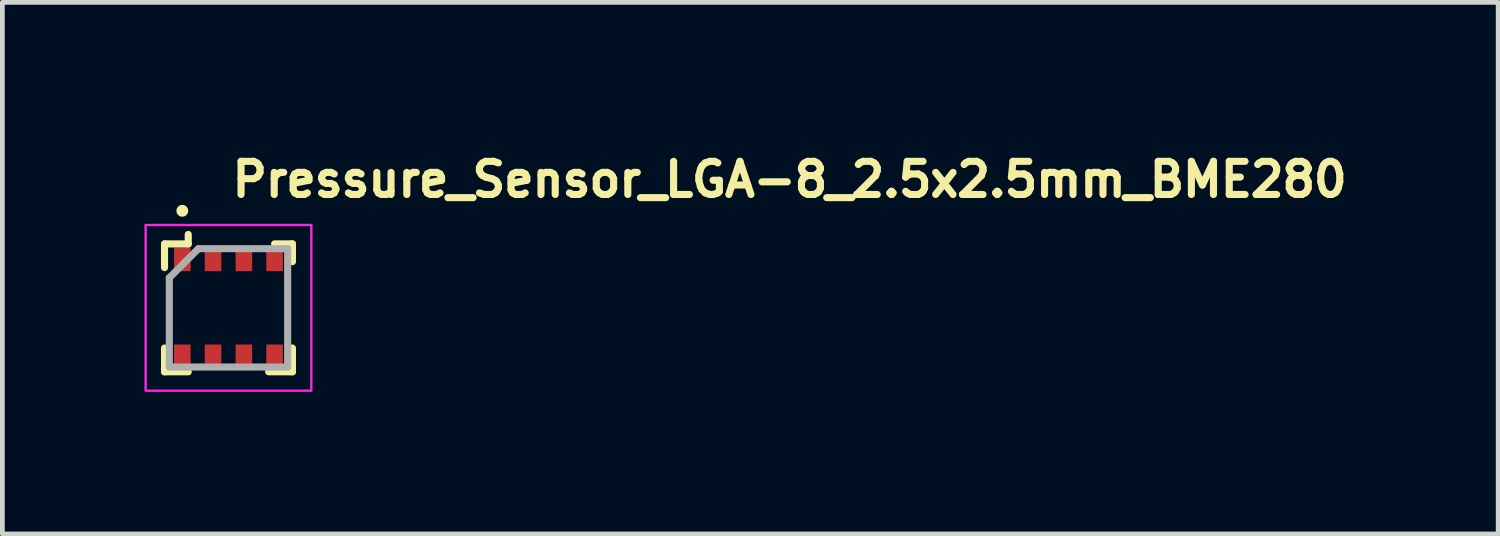
<source format=kicad_pcb>
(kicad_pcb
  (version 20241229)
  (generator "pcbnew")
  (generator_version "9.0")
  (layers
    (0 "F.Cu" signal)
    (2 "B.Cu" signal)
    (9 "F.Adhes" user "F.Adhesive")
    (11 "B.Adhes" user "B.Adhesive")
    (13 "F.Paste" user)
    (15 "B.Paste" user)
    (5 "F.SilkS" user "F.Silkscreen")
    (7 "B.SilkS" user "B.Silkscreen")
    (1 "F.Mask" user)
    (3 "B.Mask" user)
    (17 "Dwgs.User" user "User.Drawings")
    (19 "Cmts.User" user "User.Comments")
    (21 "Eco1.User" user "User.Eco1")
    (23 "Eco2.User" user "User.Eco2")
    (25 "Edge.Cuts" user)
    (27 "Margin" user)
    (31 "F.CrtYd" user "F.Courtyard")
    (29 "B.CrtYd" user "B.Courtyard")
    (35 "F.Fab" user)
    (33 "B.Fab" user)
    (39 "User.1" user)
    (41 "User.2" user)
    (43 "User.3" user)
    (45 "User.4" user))
  (footprint "Pressure_Sensor_LGA-8_2.5x2.5mm_BME280"
    (layer "F.Cu")
    (at 1.775 3.451)
    (property "Reference" "Pressure_Sensor_LGA-8_2.5x2.5mm_BME280" (at 0 -2.301 0) (layer "F.SilkS") (effects (font (size 0.7 0.7) (thickness 0.15)) (justify left bottom)))
    (attr smd)
    (fp_line (start -1.351 -1.351) (end -1.351 -0.85) (stroke (width 0.15) (type solid)) (layer "F.SilkS"))
    (fp_line (start -1.351 -1.351) (end -0.85 -1.351) (stroke (width 0.15) (type solid)) (layer "F.SilkS"))
    (fp_line (start -1.351 1.35) (end -1.351 0.848) (stroke (width 0.15) (type solid)) (layer "F.SilkS"))
    (fp_line (start -1.351 1.35) (end -0.85 1.35) (stroke (width 0.15) (type solid)) (layer "F.SilkS"))
    (fp_line (start -0.85 -1.351) (end -0.85 -1.551) (stroke (width 0.15) (type solid)) (layer "F.SilkS"))
    (fp_line (start 1.35 -1.351) (end 0.973 -1.351) (stroke (width 0.15) (type solid)) (layer "F.SilkS"))
    (fp_line (start 1.35 -1.351) (end 1.35 -0.975) (stroke (width 0.15) (type solid)) (layer "F.SilkS"))
    (fp_line (start 1.35 1.35) (end 0.848 1.35) (stroke (width 0.15) (type solid)) (layer "F.SilkS"))
    (fp_line (start 1.35 1.35) (end 1.35 0.848) (stroke (width 0.15) (type solid)) (layer "F.SilkS"))
    (fp_circle (center -0.975 -2.05) (end -0.925 -2.05) (stroke (width 0.15) (type solid)) (fill yes) (layer "F.SilkS"))
    (fp_rect (start -1.75 -1.75) (end 1.749 1.749) (stroke (width 0.05) (type solid)) (fill no) (layer "F.CrtYd"))
    (fp_line (start -1.25 1.249) (end -1.25 -0.635) (stroke (width 0.15) (type solid)) (layer "F.Fab"))
    (fp_line (start -0.635 -1.25) (end -1.25 -0.635) (stroke (width 0.15) (type solid)) (layer "F.Fab"))
    (fp_line (start -0.635 -1.25) (end 1.249 -1.25) (stroke (width 0.15) (type solid)) (layer "F.Fab"))
    (fp_line (start 1.249 -1.25) (end 1.249 1.249) (stroke (width 0.15) (type solid)) (layer "F.Fab"))
    (fp_line (start 1.249 1.249) (end -1.25 1.249) (stroke (width 0.15) (type solid)) (layer "F.Fab"))
    (fp_rect (start -1.25 -1.25) (end 1.249 1.249) (stroke (width 0.1) (type solid)) (fill no) (layer "User.5"))
    (fp_line (start -1.25 -1.25) (end -1.25 1.249) (stroke (width 0.02) (type solid)) (layer "User.9"))
    (fp_line (start -1.25 1.249) (end 1.249 1.249) (stroke (width 0.02) (type solid)) (layer "User.9"))
    (fp_line (start -1.151 -1.043) (end -1.151 -1.037) (stroke (width 0.02) (type solid)) (layer "User.9"))
    (fp_line (start -1.151 -1.037) (end -1.151 -1.031) (stroke (width 0.02) (type solid)) (layer "User.9"))
    (fp_line (start -1.151 -1.031) (end -1.151 -0.802) (stroke (width 0.02) (type solid)) (layer "User.9"))
    (fp_line (start -1.151 -0.802) (end -1.151 0.8) (stroke (width 0.02) (type solid)) (layer "User.9"))
    (fp_line (start -1.151 0.8) (end -1.151 1.03) (stroke (width 0.02) (type solid)) (layer "User.9"))
    (fp_line (start -1.151 1.03) (end -1.151 1.034) (stroke (width 0.02) (type solid)) (layer "User.9"))
    (fp_line (start -1.151 1.034) (end -1.151 1.04) (stroke (width 0.02) (type solid)) (layer "User.9"))
    (fp_line (start -1.151 1.04) (end -1.149 1.046) (stroke (width 0.02) (type solid)) (layer "User.9"))
    (fp_line (start -1.149 -1.055) (end -1.149 -1.049) (stroke (width 0.02) (type solid)) (layer "User.9"))
    (fp_line (start -1.149 -1.049) (end -1.151 -1.043) (stroke (width 0.02) (type solid)) (layer "User.9"))
    (fp_line (start -1.149 1.046) (end -1.149 1.052) (stroke (width 0.02) (type solid)) (layer "User.9"))
    (fp_line (start -1.149 1.052) (end -1.147 1.058) (stroke (width 0.02) (type solid)) (layer "User.9"))
    (fp_line (start -1.147 -1.061) (end -1.149 -1.055) (stroke (width 0.02) (type solid)) (layer "User.9"))
    (fp_line (start -1.147 1.058) (end -1.145 1.064) (stroke (width 0.02) (type solid)) (layer "User.9"))
    (fp_line (start -1.145 -1.065) (end -1.147 -1.061) (stroke (width 0.02) (type solid)) (layer "User.9"))
    (fp_line (start -1.145 1.064) (end -1.143 1.07) (stroke (width 0.02) (type solid)) (layer "User.9"))
    (fp_line (start -1.143 -1.071) (end -1.145 -1.065) (stroke (width 0.02) (type solid)) (layer "User.9"))
    (fp_line (start -1.143 1.07) (end -1.141 1.074) (stroke (width 0.02) (type solid)) (layer "User.9"))
    (fp_line (start -1.141 -1.077) (end -1.143 -1.071) (stroke (width 0.02) (type solid)) (layer "User.9"))
    (fp_line (start -1.141 1.074) (end -1.139 1.08) (stroke (width 0.02) (type solid)) (layer "User.9"))
    (fp_line (start -1.139 -1.083) (end -1.141 -1.077) (stroke (width 0.02) (type solid)) (layer "User.9"))
    (fp_line (start -1.139 1.08) (end -1.137 1.086) (stroke (width 0.02) (type solid)) (layer "User.9"))
    (fp_line (start -1.137 -1.087) (end -1.139 -1.083) (stroke (width 0.02) (type solid)) (layer "User.9"))
    (fp_line (start -1.137 1.086) (end -1.133 1.09) (stroke (width 0.02) (type solid)) (layer "User.9"))
    (fp_line (start -1.133 -1.093) (end -1.137 -1.087) (stroke (width 0.02) (type solid)) (layer "User.9"))
    (fp_line (start -1.133 1.09) (end -1.131 1.096) (stroke (width 0.02) (type solid)) (layer "User.9"))
    (fp_line (start -1.131 -1.097) (end -1.133 -1.093) (stroke (width 0.02) (type solid)) (layer "User.9"))
    (fp_line (start -1.131 1.096) (end -1.127 1.1) (stroke (width 0.02) (type solid)) (layer "User.9"))
    (fp_line (start -1.127 -1.103) (end -1.131 -1.097) (stroke (width 0.02) (type solid)) (layer "User.9"))
    (fp_line (start -1.127 1.1) (end -1.123 1.106) (stroke (width 0.02) (type solid)) (layer "User.9"))
    (fp_line (start -1.123 -1.107) (end -1.127 -1.103) (stroke (width 0.02) (type solid)) (layer "User.9"))
    (fp_line (start -1.123 1.106) (end -1.119 1.11) (stroke (width 0.02) (type solid)) (layer "User.9"))
    (fp_line (start -1.119 -1.111) (end -1.123 -1.107) (stroke (width 0.02) (type solid)) (layer "User.9"))
    (fp_line (start -1.119 1.11) (end -1.115 1.114) (stroke (width 0.02) (type solid)) (layer "User.9"))
    (fp_line (start -1.115 -1.115) (end -1.119 -1.111) (stroke (width 0.02) (type solid)) (layer "User.9"))
    (fp_line (start -1.115 -1.115) (end -1.115 -1.115) (stroke (width 0.02) (type solid)) (layer "User.9"))
    (fp_line (start -1.115 1.114) (end -1.115 1.114) (stroke (width 0.02) (type solid)) (layer "User.9"))
    (fp_line (start -1.115 1.114) (end -1.111 1.118) (stroke (width 0.02) (type solid)) (layer "User.9"))
    (fp_line (start -1.111 -1.119) (end -1.115 -1.115) (stroke (width 0.02) (type solid)) (layer "User.9"))
    (fp_line (start -1.111 1.118) (end -1.107 1.122) (stroke (width 0.02) (type solid)) (layer "User.9"))
    (fp_line (start -1.107 -1.123) (end -1.111 -1.119) (stroke (width 0.02) (type solid)) (layer "User.9"))
    (fp_line (start -1.107 1.122) (end -1.103 1.126) (stroke (width 0.02) (type solid)) (layer "User.9"))
    (fp_line (start -1.103 -1.127) (end -1.107 -1.123) (stroke (width 0.02) (type solid)) (layer "User.9"))
    (fp_line (start -1.103 1.126) (end -1.097 1.128) (stroke (width 0.02) (type solid)) (layer "User.9"))
    (fp_line (start -1.101 -0.816) (end -1.099 -0.831) (stroke (width 0.02) (type solid)) (layer "User.9"))
    (fp_line (start -1.101 -0.802) (end -1.101 -0.816) (stroke (width 0.02) (type solid)) (layer "User.9"))
    (fp_line (start -1.101 0.8) (end -1.101 -0.802) (stroke (width 0.02) (type solid)) (layer "User.9"))
    (fp_line (start -1.101 0.814) (end -1.101 0.8) (stroke (width 0.02) (type solid)) (layer "User.9"))
    (fp_line (start -1.099 -0.831) (end -1.097 -0.845) (stroke (width 0.02) (type solid)) (layer "User.9"))
    (fp_line (start -1.099 0.829) (end -1.101 0.814) (stroke (width 0.02) (type solid)) (layer "User.9"))
    (fp_line (start -1.097 -1.131) (end -1.103 -1.127) (stroke (width 0.02) (type solid)) (layer "User.9"))
    (fp_line (start -1.097 -0.845) (end -1.095 -0.859) (stroke (width 0.02) (type solid)) (layer "User.9"))
    (fp_line (start -1.097 0.843) (end -1.099 0.829) (stroke (width 0.02) (type solid)) (layer "User.9"))
    (fp_line (start -1.097 1.128) (end -1.093 1.132) (stroke (width 0.02) (type solid)) (layer "User.9"))
    (fp_line (start -1.095 -0.859) (end -1.091 -0.874) (stroke (width 0.02) (type solid)) (layer "User.9"))
    (fp_line (start -1.095 0.857) (end -1.097 0.843) (stroke (width 0.02) (type solid)) (layer "User.9"))
    (fp_line (start -1.093 -1.133) (end -1.097 -1.131) (stroke (width 0.02) (type solid)) (layer "User.9"))
    (fp_line (start -1.093 1.132) (end -1.087 1.134) (stroke (width 0.02) (type solid)) (layer "User.9"))
    (fp_line (start -1.091 -0.874) (end -1.089 -0.888) (stroke (width 0.02) (type solid)) (layer "User.9"))
    (fp_line (start -1.091 0.872) (end -1.095 0.857) (stroke (width 0.02) (type solid)) (layer "User.9"))
    (fp_line (start -1.089 -0.888) (end -1.083 -0.903) (stroke (width 0.02) (type solid)) (layer "User.9"))
    (fp_line (start -1.089 0.886) (end -1.091 0.872) (stroke (width 0.02) (type solid)) (layer "User.9"))
    (fp_line (start -1.087 -1.137) (end -1.093 -1.133) (stroke (width 0.02) (type solid)) (layer "User.9"))
    (fp_line (start -1.087 1.134) (end -1.083 1.138) (stroke (width 0.02) (type solid)) (layer "User.9"))
    (fp_line (start -1.083 -1.139) (end -1.087 -1.137) (stroke (width 0.02) (type solid)) (layer "User.9"))
    (fp_line (start -1.083 -0.903) (end -1.079 -0.916) (stroke (width 0.02) (type solid)) (layer "User.9"))
    (fp_line (start -1.083 0.901) (end -1.089 0.886) (stroke (width 0.02) (type solid)) (layer "User.9"))
    (fp_line (start -1.083 1.138) (end -1.077 1.14) (stroke (width 0.02) (type solid)) (layer "User.9"))
    (fp_line (start -1.079 -0.916) (end -1.073 -0.93) (stroke (width 0.02) (type solid)) (layer "User.9"))
    (fp_line (start -1.079 0.914) (end -1.083 0.901) (stroke (width 0.02) (type solid)) (layer "User.9"))
    (fp_line (start -1.077 -1.141) (end -1.083 -1.139) (stroke (width 0.02) (type solid)) (layer "User.9"))
    (fp_line (start -1.077 1.14) (end -1.071 1.142) (stroke (width 0.02) (type solid)) (layer "User.9"))
    (fp_line (start -1.073 -0.93) (end -1.065 -0.943) (stroke (width 0.02) (type solid)) (layer "User.9"))
    (fp_line (start -1.073 0.928) (end -1.079 0.914) (stroke (width 0.02) (type solid)) (layer "User.9"))
    (fp_line (start -1.071 -1.143) (end -1.077 -1.141) (stroke (width 0.02) (type solid)) (layer "User.9"))
    (fp_line (start -1.071 1.142) (end -1.065 1.144) (stroke (width 0.02) (type solid)) (layer "User.9"))
    (fp_line (start -1.065 -1.145) (end -1.071 -1.143) (stroke (width 0.02) (type solid)) (layer "User.9"))
    (fp_line (start -1.065 -0.943) (end -1.059 -0.956) (stroke (width 0.02) (type solid)) (layer "User.9"))
    (fp_line (start -1.065 0.941) (end -1.073 0.928) (stroke (width 0.02) (type solid)) (layer "User.9"))
    (fp_line (start -1.065 1.144) (end -1.061 1.146) (stroke (width 0.02) (type solid)) (layer "User.9"))
    (fp_line (start -1.061 -1.147) (end -1.065 -1.145) (stroke (width 0.02) (type solid)) (layer "User.9"))
    (fp_line (start -1.061 1.146) (end -1.055 1.146) (stroke (width 0.02) (type solid)) (layer "User.9"))
    (fp_line (start -1.059 -0.956) (end -1.051 -0.967) (stroke (width 0.02) (type solid)) (layer "User.9"))
    (fp_line (start -1.059 0.954) (end -1.065 0.941) (stroke (width 0.02) (type solid)) (layer "User.9"))
    (fp_line (start -1.055 -1.149) (end -1.061 -1.147) (stroke (width 0.02) (type solid)) (layer "User.9"))
    (fp_line (start -1.055 1.146) (end -1.049 1.148) (stroke (width 0.02) (type solid)) (layer "User.9"))
    (fp_line (start -1.051 -0.967) (end -1.043 -0.979) (stroke (width 0.02) (type solid)) (layer "User.9"))
    (fp_line (start -1.051 0.965) (end -1.059 0.954) (stroke (width 0.02) (type solid)) (layer "User.9"))
    (fp_line (start -1.049 -1.149) (end -1.055 -1.149) (stroke (width 0.02) (type solid)) (layer "User.9"))
    (fp_line (start -1.049 1.148) (end -1.043 1.148) (stroke (width 0.02) (type solid)) (layer "User.9"))
    (fp_line (start -1.043 -1.151) (end -1.049 -1.149) (stroke (width 0.02) (type solid)) (layer "User.9"))
    (fp_line (start -1.043 -0.979) (end -1.033 -0.991) (stroke (width 0.02) (type solid)) (layer "User.9"))
    (fp_line (start -1.043 0.977) (end -1.051 0.965) (stroke (width 0.02) (type solid)) (layer "User.9"))
    (fp_line (start -1.043 1.148) (end -1.037 1.148) (stroke (width 0.02) (type solid)) (layer "User.9"))
    (fp_line (start -1.037 -1.151) (end -1.043 -1.151) (stroke (width 0.02) (type solid)) (layer "User.9"))
    (fp_line (start -1.037 1.148) (end -1.031 1.148) (stroke (width 0.02) (type solid)) (layer "User.9"))
    (fp_line (start -1.033 -0.991) (end -1.024 -1.002) (stroke (width 0.02) (type solid)) (layer "User.9"))
    (fp_line (start -1.033 0.989) (end -1.043 0.977) (stroke (width 0.02) (type solid)) (layer "User.9"))
    (fp_line (start -1.031 -1.151) (end -1.037 -1.151) (stroke (width 0.02) (type solid)) (layer "User.9"))
    (fp_line (start -1.031 1.148) (end -0.802 1.148) (stroke (width 0.02) (type solid)) (layer "User.9"))
    (fp_line (start -1.024 -1.002) (end -1.014 -1.014) (stroke (width 0.02) (type solid)) (layer "User.9"))
    (fp_line (start -1.024 1.001) (end -1.033 0.989) (stroke (width 0.02) (type solid)) (layer "User.9"))
    (fp_line (start -1.014 -1.014) (end -1.014 -1.014) (stroke (width 0.02) (type solid)) (layer "User.9"))
    (fp_line (start -1.014 -1.014) (end -1.002 -1.024) (stroke (width 0.02) (type solid)) (layer "User.9"))
    (fp_line (start -1.014 1.011) (end -1.024 1.001) (stroke (width 0.02) (type solid)) (layer "User.9"))
    (fp_line (start -1.014 1.011) (end -1.014 1.011) (stroke (width 0.02) (type solid)) (layer "User.9"))
    (fp_line (start -1.002 -1.024) (end -0.991 -1.033) (stroke (width 0.02) (type solid)) (layer "User.9"))
    (fp_line (start -1.002 1.021) (end -1.014 1.011) (stroke (width 0.02) (type solid)) (layer "User.9"))
    (fp_line (start -0.991 -1.033) (end -0.979 -1.043) (stroke (width 0.02) (type solid)) (layer "User.9"))
    (fp_line (start -0.991 1.032) (end -1.002 1.021) (stroke (width 0.02) (type solid)) (layer "User.9"))
    (fp_line (start -0.979 -1.043) (end -0.967 -1.051) (stroke (width 0.02) (type solid)) (layer "User.9"))
    (fp_line (start -0.979 1.04) (end -0.991 1.032) (stroke (width 0.02) (type solid)) (layer "User.9"))
    (fp_line (start -0.967 -1.051) (end -0.956 -1.059) (stroke (width 0.02) (type solid)) (layer "User.9"))
    (fp_line (start -0.967 1.048) (end -0.979 1.04) (stroke (width 0.02) (type solid)) (layer "User.9"))
    (fp_line (start -0.956 -1.059) (end -0.943 -1.065) (stroke (width 0.02) (type solid)) (layer "User.9"))
    (fp_line (start -0.956 1.056) (end -0.967 1.048) (stroke (width 0.02) (type solid)) (layer "User.9"))
    (fp_line (start -0.943 -1.065) (end -0.93 -1.073) (stroke (width 0.02) (type solid)) (layer "User.9"))
    (fp_line (start -0.943 1.064) (end -0.956 1.056) (stroke (width 0.02) (type solid)) (layer "User.9"))
    (fp_line (start -0.93 -1.073) (end -0.916 -1.079) (stroke (width 0.02) (type solid)) (layer "User.9"))
    (fp_line (start -0.93 1.07) (end -0.943 1.064) (stroke (width 0.02) (type solid)) (layer "User.9"))
    (fp_line (start -0.916 -1.079) (end -0.903 -1.083) (stroke (width 0.02) (type solid)) (layer "User.9"))
    (fp_line (start -0.916 1.076) (end -0.93 1.07) (stroke (width 0.02) (type solid)) (layer "User.9"))
    (fp_line (start -0.903 -1.083) (end -0.888 -1.089) (stroke (width 0.02) (type solid)) (layer "User.9"))
    (fp_line (start -0.903 1.082) (end -0.916 1.076) (stroke (width 0.02) (type solid)) (layer "User.9"))
    (fp_line (start -0.888 -1.089) (end -0.874 -1.091) (stroke (width 0.02) (type solid)) (layer "User.9"))
    (fp_line (start -0.888 1.086) (end -0.903 1.082) (stroke (width 0.02) (type solid)) (layer "User.9"))
    (fp_line (start -0.874 -1.091) (end -0.859 -1.095) (stroke (width 0.02) (type solid)) (layer "User.9"))
    (fp_line (start -0.874 1.09) (end -0.888 1.086) (stroke (width 0.02) (type solid)) (layer "User.9"))
    (fp_line (start -0.859 -1.095) (end -0.845 -1.097) (stroke (width 0.02) (type solid)) (layer "User.9"))
    (fp_line (start -0.859 1.094) (end -0.874 1.09) (stroke (width 0.02) (type solid)) (layer "User.9"))
    (fp_line (start -0.845 -1.097) (end -0.831 -1.099) (stroke (width 0.02) (type solid)) (layer "User.9"))
    (fp_line (start -0.845 1.096) (end -0.859 1.094) (stroke (width 0.02) (type solid)) (layer "User.9"))
    (fp_line (start -0.831 -1.099) (end -0.816 -1.101) (stroke (width 0.02) (type solid)) (layer "User.9"))
    (fp_line (start -0.831 1.098) (end -0.845 1.096) (stroke (width 0.02) (type solid)) (layer "User.9"))
    (fp_line (start -0.816 -1.101) (end -0.802 -1.101) (stroke (width 0.02) (type solid)) (layer "User.9"))
    (fp_line (start -0.816 1.098) (end -0.831 1.098) (stroke (width 0.02) (type solid)) (layer "User.9"))
    (fp_line (start -0.802 -1.151) (end -1.031 -1.151) (stroke (width 0.02) (type solid)) (layer "User.9"))
    (fp_line (start -0.802 -1.101) (end 0.8 -1.101) (stroke (width 0.02) (type solid)) (layer "User.9"))
    (fp_line (start -0.802 1.1) (end -0.816 1.098) (stroke (width 0.02) (type solid)) (layer "User.9"))
    (fp_line (start -0.802 1.148) (end 0.8 1.148) (stroke (width 0.02) (type solid)) (layer "User.9"))
    (fp_line (start 0.474 -0.012) (end 0.475 -0.003) (stroke (width 0.02) (type solid)) (layer "User.9"))
    (fp_line (start 0.475 -0.022) (end 0.474 -0.012) (stroke (width 0.02) (type solid)) (layer "User.9"))
    (fp_line (start 0.475 -0.003) (end 0.476 0.007) (stroke (width 0.02) (type solid)) (layer "User.9"))
    (fp_line (start 0.476 -0.032) (end 0.475 -0.022) (stroke (width 0.02) (type solid)) (layer "User.9"))
    (fp_line (start 0.476 0.007) (end 0.477 0.016) (stroke (width 0.02) (type solid)) (layer "User.9"))
    (fp_line (start 0.477 -0.042) (end 0.476 -0.032) (stroke (width 0.02) (type solid)) (layer "User.9"))
    (fp_line (start 0.477 0.016) (end 0.479 0.026) (stroke (width 0.02) (type solid)) (layer "User.9"))
    (fp_line (start 0.479 -0.052) (end 0.477 -0.042) (stroke (width 0.02) (type solid)) (layer "User.9"))
    (fp_line (start 0.479 0.026) (end 0.481 0.035) (stroke (width 0.02) (type solid)) (layer "User.9"))
    (fp_line (start 0.481 -0.06) (end 0.479 -0.052) (stroke (width 0.02) (type solid)) (layer "User.9"))
    (fp_line (start 0.481 0.035) (end 0.485 0.044) (stroke (width 0.02) (type solid)) (layer "User.9"))
    (fp_line (start 0.485 -0.071) (end 0.481 -0.06) (stroke (width 0.02) (type solid)) (layer "User.9"))
    (fp_line (start 0.485 0.044) (end 0.489 0.053) (stroke (width 0.02) (type solid)) (layer "User.9"))
    (fp_line (start 0.489 -0.079) (end 0.485 -0.071) (stroke (width 0.02) (type solid)) (layer "User.9"))
    (fp_line (start 0.489 0.053) (end 0.494 0.061) (stroke (width 0.02) (type solid)) (layer "User.9"))
    (fp_line (start 0.494 -0.088) (end 0.489 -0.079) (stroke (width 0.02) (type solid)) (layer "User.9"))
    (fp_line (start 0.494 -0.088) (end 0.494 -0.088) (stroke (width 0.02) (type solid)) (layer "User.9"))
    (fp_line (start 0.494 0.061) (end 0.494 0.061) (stroke (width 0.02) (type solid)) (layer "User.9"))
    (fp_line (start 0.494 0.061) (end 0.496 0.067) (stroke (width 0.02) (type solid)) (layer "User.9"))
    (fp_line (start 0.496 0.067) (end 0.499 0.071) (stroke (width 0.02) (type solid)) (layer "User.9"))
    (fp_line (start 0.499 -0.096) (end 0.494 -0.088) (stroke (width 0.02) (type solid)) (layer "User.9"))
    (fp_line (start 0.499 0.071) (end 0.502 0.074) (stroke (width 0.02) (type solid)) (layer "User.9"))
    (fp_line (start 0.502 0.074) (end 0.505 0.078) (stroke (width 0.02) (type solid)) (layer "User.9"))
    (fp_line (start 0.505 -0.105) (end 0.499 -0.096) (stroke (width 0.02) (type solid)) (layer "User.9"))
    (fp_line (start 0.505 0.078) (end 0.508 0.083) (stroke (width 0.02) (type solid)) (layer "User.9"))
    (fp_line (start 0.508 0.083) (end 0.512 0.087) (stroke (width 0.02) (type solid)) (layer "User.9"))
    (fp_line (start 0.512 -0.112) (end 0.505 -0.105) (stroke (width 0.02) (type solid)) (layer "User.9"))
    (fp_line (start 0.512 0.087) (end 0.515 0.089) (stroke (width 0.02) (type solid)) (layer "User.9"))
    (fp_line (start 0.515 0.089) (end 0.519 0.093) (stroke (width 0.02) (type solid)) (layer "User.9"))
    (fp_line (start 0.519 -0.12) (end 0.512 -0.112) (stroke (width 0.02) (type solid)) (layer "User.9"))
    (fp_line (start 0.519 0.093) (end 0.522 0.097) (stroke (width 0.02) (type solid)) (layer "User.9"))
    (fp_line (start 0.522 0.097) (end 0.526 0.1) (stroke (width 0.02) (type solid)) (layer "User.9"))
    (fp_line (start 0.526 -0.125) (end 0.519 -0.12) (stroke (width 0.02) (type solid)) (layer "User.9"))
    (fp_line (start 0.526 0.1) (end 0.53 0.104) (stroke (width 0.02) (type solid)) (layer "User.9"))
    (fp_line (start 0.53 0.104) (end 0.533 0.106) (stroke (width 0.02) (type solid)) (layer "User.9"))
    (fp_line (start 0.533 -0.133) (end 0.526 -0.125) (stroke (width 0.02) (type solid)) (layer "User.9"))
    (fp_line (start 0.533 0.106) (end 0.537 0.109) (stroke (width 0.02) (type solid)) (layer "User.9"))
    (fp_line (start 0.537 0.109) (end 0.541 0.112) (stroke (width 0.02) (type solid)) (layer "User.9"))
    (fp_line (start 0.541 -0.138) (end 0.533 -0.133) (stroke (width 0.02) (type solid)) (layer "User.9"))
    (fp_line (start 0.541 0.112) (end 0.545 0.115) (stroke (width 0.02) (type solid)) (layer "User.9"))
    (fp_line (start 0.545 0.115) (end 0.55 0.117) (stroke (width 0.02) (type solid)) (layer "User.9"))
    (fp_line (start 0.55 -0.143) (end 0.541 -0.138) (stroke (width 0.02) (type solid)) (layer "User.9"))
    (fp_line (start 0.55 0.117) (end 0.554 0.119) (stroke (width 0.02) (type solid)) (layer "User.9"))
    (fp_line (start 0.554 0.119) (end 0.558 0.121) (stroke (width 0.02) (type solid)) (layer "User.9"))
    (fp_line (start 0.558 -0.147) (end 0.55 -0.143) (stroke (width 0.02) (type solid)) (layer "User.9"))
    (fp_line (start 0.558 0.121) (end 0.562 0.123) (stroke (width 0.02) (type solid)) (layer "User.9"))
    (fp_line (start 0.562 0.123) (end 0.567 0.125) (stroke (width 0.02) (type solid)) (layer "User.9"))
    (fp_line (start 0.567 -0.151) (end 0.558 -0.147) (stroke (width 0.02) (type solid)) (layer "User.9"))
    (fp_line (start 0.567 0.125) (end 0.571 0.128) (stroke (width 0.02) (type solid)) (layer "User.9"))
    (fp_line (start 0.571 0.128) (end 0.576 0.129) (stroke (width 0.02) (type solid)) (layer "User.9"))
    (fp_line (start 0.576 -0.154) (end 0.567 -0.151) (stroke (width 0.02) (type solid)) (layer "User.9"))
    (fp_line (start 0.576 0.129) (end 0.58 0.131) (stroke (width 0.02) (type solid)) (layer "User.9"))
    (fp_line (start 0.58 0.131) (end 0.584 0.132) (stroke (width 0.02) (type solid)) (layer "User.9"))
    (fp_line (start 0.584 -0.157) (end 0.576 -0.154) (stroke (width 0.02) (type solid)) (layer "User.9"))
    (fp_line (start 0.584 0.132) (end 0.589 0.134) (stroke (width 0.02) (type solid)) (layer "User.9"))
    (fp_line (start 0.589 0.134) (end 0.594 0.135) (stroke (width 0.02) (type solid)) (layer "User.9"))
    (fp_line (start 0.594 -0.16) (end 0.584 -0.157) (stroke (width 0.02) (type solid)) (layer "User.9"))
    (fp_line (start 0.594 0.135) (end 0.599 0.135) (stroke (width 0.02) (type solid)) (layer "User.9"))
    (fp_line (start 0.599 0.135) (end 0.604 0.136) (stroke (width 0.02) (type solid)) (layer "User.9"))
    (fp_line (start 0.604 -0.162) (end 0.594 -0.16) (stroke (width 0.02) (type solid)) (layer "User.9"))
    (fp_line (start 0.604 0.136) (end 0.609 0.137) (stroke (width 0.02) (type solid)) (layer "User.9"))
    (fp_line (start 0.609 0.137) (end 0.614 0.137) (stroke (width 0.02) (type solid)) (layer "User.9"))
    (fp_line (start 0.614 -0.163) (end 0.604 -0.162) (stroke (width 0.02) (type solid)) (layer "User.9"))
    (fp_line (start 0.614 0.137) (end 0.618 0.137) (stroke (width 0.02) (type solid)) (layer "User.9"))
    (fp_line (start 0.618 0.137) (end 0.623 0.138) (stroke (width 0.02) (type solid)) (layer "User.9"))
    (fp_line (start 0.623 -0.164) (end 0.614 -0.163) (stroke (width 0.02) (type solid)) (layer "User.9"))
    (fp_line (start 0.623 0.138) (end 0.633 0.137) (stroke (width 0.02) (type solid)) (layer "User.9"))
    (fp_line (start 0.629 -0.163) (end 0.623 -0.164) (stroke (width 0.02) (type solid)) (layer "User.9"))
    (fp_line (start 0.633 -0.163) (end 0.629 -0.163) (stroke (width 0.02) (type solid)) (layer "User.9"))
    (fp_line (start 0.633 0.137) (end 0.644 0.136) (stroke (width 0.02) (type solid)) (layer "User.9"))
    (fp_line (start 0.638 -0.163) (end 0.633 -0.163) (stroke (width 0.02) (type solid)) (layer "User.9"))
    (fp_line (start 0.644 -0.162) (end 0.638 -0.163) (stroke (width 0.02) (type solid)) (layer "User.9"))
    (fp_line (start 0.644 0.136) (end 0.654 0.135) (stroke (width 0.02) (type solid)) (layer "User.9"))
    (fp_line (start 0.649 -0.16) (end 0.644 -0.162) (stroke (width 0.02) (type solid)) (layer "User.9"))
    (fp_line (start 0.654 -0.16) (end 0.649 -0.16) (stroke (width 0.02) (type solid)) (layer "User.9"))
    (fp_line (start 0.654 0.135) (end 0.664 0.132) (stroke (width 0.02) (type solid)) (layer "User.9"))
    (fp_line (start 0.659 -0.159) (end 0.654 -0.16) (stroke (width 0.02) (type solid)) (layer "User.9"))
    (fp_line (start 0.664 -0.157) (end 0.659 -0.159) (stroke (width 0.02) (type solid)) (layer "User.9"))
    (fp_line (start 0.664 0.132) (end 0.673 0.129) (stroke (width 0.02) (type solid)) (layer "User.9"))
    (fp_line (start 0.668 -0.156) (end 0.664 -0.157) (stroke (width 0.02) (type solid)) (layer "User.9"))
    (fp_line (start 0.673 -0.154) (end 0.668 -0.156) (stroke (width 0.02) (type solid)) (layer "User.9"))
    (fp_line (start 0.673 0.129) (end 0.682 0.125) (stroke (width 0.02) (type solid)) (layer "User.9"))
    (fp_line (start 0.678 -0.153) (end 0.673 -0.154) (stroke (width 0.02) (type solid)) (layer "User.9"))
    (fp_line (start 0.682 -0.151) (end 0.678 -0.153) (stroke (width 0.02) (type solid)) (layer "User.9"))
    (fp_line (start 0.682 0.125) (end 0.691 0.121) (stroke (width 0.02) (type solid)) (layer "User.9"))
    (fp_line (start 0.687 -0.149) (end 0.682 -0.151) (stroke (width 0.02) (type solid)) (layer "User.9"))
    (fp_line (start 0.691 -0.147) (end 0.687 -0.149) (stroke (width 0.02) (type solid)) (layer "User.9"))
    (fp_line (start 0.691 0.121) (end 0.699 0.117) (stroke (width 0.02) (type solid)) (layer "User.9"))
    (fp_line (start 0.695 -0.145) (end 0.691 -0.147) (stroke (width 0.02) (type solid)) (layer "User.9"))
    (fp_line (start 0.699 -0.143) (end 0.695 -0.145) (stroke (width 0.02) (type solid)) (layer "User.9"))
    (fp_line (start 0.699 0.117) (end 0.707 0.112) (stroke (width 0.02) (type solid)) (layer "User.9"))
    (fp_line (start 0.703 -0.141) (end 0.699 -0.143) (stroke (width 0.02) (type solid)) (layer "User.9"))
    (fp_line (start 0.707 -0.138) (end 0.703 -0.141) (stroke (width 0.02) (type solid)) (layer "User.9"))
    (fp_line (start 0.707 0.112) (end 0.715 0.106) (stroke (width 0.02) (type solid)) (layer "User.9"))
    (fp_line (start 0.711 -0.136) (end 0.707 -0.138) (stroke (width 0.02) (type solid)) (layer "User.9"))
    (fp_line (start 0.715 -0.133) (end 0.711 -0.136) (stroke (width 0.02) (type solid)) (layer "User.9"))
    (fp_line (start 0.715 0.106) (end 0.722 0.1) (stroke (width 0.02) (type solid)) (layer "User.9"))
    (fp_line (start 0.718 -0.13) (end 0.715 -0.133) (stroke (width 0.02) (type solid)) (layer "User.9"))
    (fp_line (start 0.722 -0.125) (end 0.718 -0.13) (stroke (width 0.02) (type solid)) (layer "User.9"))
    (fp_line (start 0.722 0.1) (end 0.729 0.093) (stroke (width 0.02) (type solid)) (layer "User.9"))
    (fp_line (start 0.726 -0.122) (end 0.722 -0.125) (stroke (width 0.02) (type solid)) (layer "User.9"))
    (fp_line (start 0.729 -0.12) (end 0.726 -0.122) (stroke (width 0.02) (type solid)) (layer "User.9"))
    (fp_line (start 0.729 0.093) (end 0.736 0.087) (stroke (width 0.02) (type solid)) (layer "User.9"))
    (fp_line (start 0.733 -0.116) (end 0.729 -0.12) (stroke (width 0.02) (type solid)) (layer "User.9"))
    (fp_line (start 0.736 -0.112) (end 0.733 -0.116) (stroke (width 0.02) (type solid)) (layer "User.9"))
    (fp_line (start 0.736 0.087) (end 0.742 0.078) (stroke (width 0.02) (type solid)) (layer "User.9"))
    (fp_line (start 0.739 -0.108) (end 0.736 -0.112) (stroke (width 0.02) (type solid)) (layer "User.9"))
    (fp_line (start 0.742 -0.105) (end 0.739 -0.108) (stroke (width 0.02) (type solid)) (layer "User.9"))
    (fp_line (start 0.742 0.078) (end 0.748 0.071) (stroke (width 0.02) (type solid)) (layer "User.9"))
    (fp_line (start 0.745 -0.101) (end 0.742 -0.105) (stroke (width 0.02) (type solid)) (layer "User.9"))
    (fp_line (start 0.748 -0.096) (end 0.745 -0.101) (stroke (width 0.02) (type solid)) (layer "User.9"))
    (fp_line (start 0.748 0.071) (end 0.753 0.061) (stroke (width 0.02) (type solid)) (layer "User.9"))
    (fp_line (start 0.751 -0.092) (end 0.748 -0.096) (stroke (width 0.02) (type solid)) (layer "User.9"))
    (fp_line (start 0.753 -0.088) (end 0.751 -0.092) (stroke (width 0.02) (type solid)) (layer "User.9"))
    (fp_line (start 0.753 -0.088) (end 0.753 -0.088) (stroke (width 0.02) (type solid)) (layer "User.9"))
    (fp_line (start 0.753 0.061) (end 0.753 0.061) (stroke (width 0.02) (type solid)) (layer "User.9"))
    (fp_line (start 0.753 0.061) (end 0.758 0.053) (stroke (width 0.02) (type solid)) (layer "User.9"))
    (fp_line (start 0.758 -0.079) (end 0.753 -0.088) (stroke (width 0.02) (type solid)) (layer "User.9"))
    (fp_line (start 0.758 0.053) (end 0.762 0.044) (stroke (width 0.02) (type solid)) (layer "User.9"))
    (fp_line (start 0.762 -0.071) (end 0.758 -0.079) (stroke (width 0.02) (type solid)) (layer "User.9"))
    (fp_line (start 0.762 0.044) (end 0.766 0.035) (stroke (width 0.02) (type solid)) (layer "User.9"))
    (fp_line (start 0.766 -0.06) (end 0.762 -0.071) (stroke (width 0.02) (type solid)) (layer "User.9"))
    (fp_line (start 0.766 0.035) (end 0.769 0.026) (stroke (width 0.02) (type solid)) (layer "User.9"))
    (fp_line (start 0.769 -0.052) (end 0.766 -0.06) (stroke (width 0.02) (type solid)) (layer "User.9"))
    (fp_line (start 0.769 0.026) (end 0.772 0.016) (stroke (width 0.02) (type solid)) (layer "User.9"))
    (fp_line (start 0.772 -0.042) (end 0.769 -0.052) (stroke (width 0.02) (type solid)) (layer "User.9"))
    (fp_line (start 0.772 0.016) (end 0.773 0.007) (stroke (width 0.02) (type solid)) (layer "User.9"))
    (fp_line (start 0.773 -0.032) (end 0.772 -0.042) (stroke (width 0.02) (type solid)) (layer "User.9"))
    (fp_line (start 0.773 0.007) (end 0.774 -0.003) (stroke (width 0.02) (type solid)) (layer "User.9"))
    (fp_line (start 0.774 -0.022) (end 0.773 -0.032) (stroke (width 0.02) (type solid)) (layer "User.9"))
    (fp_line (start 0.774 -0.003) (end 0.775 -0.012) (stroke (width 0.02) (type solid)) (layer "User.9"))
    (fp_line (start 0.775 -0.012) (end 0.774 -0.022) (stroke (width 0.02) (type solid)) (layer "User.9"))
    (fp_line (start 0.8 -1.151) (end -0.802 -1.151) (stroke (width 0.02) (type solid)) (layer "User.9"))
    (fp_line (start 0.8 -1.101) (end 0.814 -1.101) (stroke (width 0.02) (type solid)) (layer "User.9"))
    (fp_line (start 0.8 1.1) (end -0.802 1.1) (stroke (width 0.02) (type solid)) (layer "User.9"))
    (fp_line (start 0.8 1.148) (end 1.03 1.148) (stroke (width 0.02) (type solid)) (layer "User.9"))
    (fp_line (start 0.814 -1.101) (end 0.829 -1.099) (stroke (width 0.02) (type solid)) (layer "User.9"))
    (fp_line (start 0.814 1.098) (end 0.8 1.1) (stroke (width 0.02) (type solid)) (layer "User.9"))
    (fp_line (start 0.829 -1.099) (end 0.843 -1.097) (stroke (width 0.02) (type solid)) (layer "User.9"))
    (fp_line (start 0.829 1.098) (end 0.814 1.098) (stroke (width 0.02) (type solid)) (layer "User.9"))
    (fp_line (start 0.843 -1.097) (end 0.857 -1.095) (stroke (width 0.02) (type solid)) (layer "User.9"))
    (fp_line (start 0.843 1.096) (end 0.829 1.098) (stroke (width 0.02) (type solid)) (layer "User.9"))
    (fp_line (start 0.857 -1.095) (end 0.872 -1.091) (stroke (width 0.02) (type solid)) (layer "User.9"))
    (fp_line (start 0.857 1.094) (end 0.843 1.096) (stroke (width 0.02) (type solid)) (layer "User.9"))
    (fp_line (start 0.872 -1.091) (end 0.886 -1.089) (stroke (width 0.02) (type solid)) (layer "User.9"))
    (fp_line (start 0.872 1.09) (end 0.857 1.094) (stroke (width 0.02) (type solid)) (layer "User.9"))
    (fp_line (start 0.886 -1.089) (end 0.901 -1.083) (stroke (width 0.02) (type solid)) (layer "User.9"))
    (fp_line (start 0.886 1.086) (end 0.872 1.09) (stroke (width 0.02) (type solid)) (layer "User.9"))
    (fp_line (start 0.901 -1.083) (end 0.914 -1.079) (stroke (width 0.02) (type solid)) (layer "User.9"))
    (fp_line (start 0.901 1.082) (end 0.886 1.086) (stroke (width 0.02) (type solid)) (layer "User.9"))
    (fp_line (start 0.914 -1.079) (end 0.928 -1.073) (stroke (width 0.02) (type solid)) (layer "User.9"))
    (fp_line (start 0.914 1.076) (end 0.901 1.082) (stroke (width 0.02) (type solid)) (layer "User.9"))
    (fp_line (start 0.928 -1.073) (end 0.941 -1.065) (stroke (width 0.02) (type solid)) (layer "User.9"))
    (fp_line (start 0.928 1.07) (end 0.914 1.076) (stroke (width 0.02) (type solid)) (layer "User.9"))
    (fp_line (start 0.941 -1.065) (end 0.954 -1.059) (stroke (width 0.02) (type solid)) (layer "User.9"))
    (fp_line (start 0.941 1.064) (end 0.928 1.07) (stroke (width 0.02) (type solid)) (layer "User.9"))
    (fp_line (start 0.954 -1.059) (end 0.965 -1.051) (stroke (width 0.02) (type solid)) (layer "User.9"))
    (fp_line (start 0.954 1.056) (end 0.941 1.064) (stroke (width 0.02) (type solid)) (layer "User.9"))
    (fp_line (start 0.965 -1.051) (end 0.977 -1.043) (stroke (width 0.02) (type solid)) (layer "User.9"))
    (fp_line (start 0.965 1.048) (end 0.954 1.056) (stroke (width 0.02) (type solid)) (layer "User.9"))
    (fp_line (start 0.977 -1.043) (end 0.989 -1.033) (stroke (width 0.02) (type solid)) (layer "User.9"))
    (fp_line (start 0.977 1.04) (end 0.965 1.048) (stroke (width 0.02) (type solid)) (layer "User.9"))
    (fp_line (start 0.989 -1.033) (end 1.001 -1.024) (stroke (width 0.02) (type solid)) (layer "User.9"))
    (fp_line (start 0.989 1.032) (end 0.977 1.04) (stroke (width 0.02) (type solid)) (layer "User.9"))
    (fp_line (start 1.001 -1.024) (end 1.011 -1.014) (stroke (width 0.02) (type solid)) (layer "User.9"))
    (fp_line (start 1.001 1.021) (end 0.989 1.032) (stroke (width 0.02) (type solid)) (layer "User.9"))
    (fp_line (start 1.011 -1.014) (end 1.011 -1.014) (stroke (width 0.02) (type solid)) (layer "User.9"))
    (fp_line (start 1.011 -1.014) (end 1.021 -1.002) (stroke (width 0.02) (type solid)) (layer "User.9"))
    (fp_line (start 1.011 1.011) (end 1.001 1.021) (stroke (width 0.02) (type solid)) (layer "User.9"))
    (fp_line (start 1.011 1.011) (end 1.011 1.011) (stroke (width 0.02) (type solid)) (layer "User.9"))
    (fp_line (start 1.021 -1.002) (end 1.032 -0.991) (stroke (width 0.02) (type solid)) (layer "User.9"))
    (fp_line (start 1.021 1.001) (end 1.011 1.011) (stroke (width 0.02) (type solid)) (layer "User.9"))
    (fp_line (start 1.03 -1.151) (end 0.8 -1.151) (stroke (width 0.02) (type solid)) (layer "User.9"))
    (fp_line (start 1.03 1.148) (end 1.034 1.148) (stroke (width 0.02) (type solid)) (layer "User.9"))
    (fp_line (start 1.032 -0.991) (end 1.04 -0.979) (stroke (width 0.02) (type solid)) (layer "User.9"))
    (fp_line (start 1.032 0.989) (end 1.021 1.001) (stroke (width 0.02) (type solid)) (layer "User.9"))
    (fp_line (start 1.034 -1.151) (end 1.03 -1.151) (stroke (width 0.02) (type solid)) (layer "User.9"))
    (fp_line (start 1.034 1.148) (end 1.04 1.148) (stroke (width 0.02) (type solid)) (layer "User.9"))
    (fp_line (start 1.04 -1.151) (end 1.034 -1.151) (stroke (width 0.02) (type solid)) (layer "User.9"))
    (fp_line (start 1.04 -0.979) (end 1.048 -0.967) (stroke (width 0.02) (type solid)) (layer "User.9"))
    (fp_line (start 1.04 0.977) (end 1.032 0.989) (stroke (width 0.02) (type solid)) (layer "User.9"))
    (fp_line (start 1.04 1.148) (end 1.046 1.148) (stroke (width 0.02) (type solid)) (layer "User.9"))
    (fp_line (start 1.046 -1.149) (end 1.04 -1.151) (stroke (width 0.02) (type solid)) (layer "User.9"))
    (fp_line (start 1.046 1.148) (end 1.052 1.146) (stroke (width 0.02) (type solid)) (layer "User.9"))
    (fp_line (start 1.048 -0.967) (end 1.056 -0.956) (stroke (width 0.02) (type solid)) (layer "User.9"))
    (fp_line (start 1.048 0.965) (end 1.04 0.977) (stroke (width 0.02) (type solid)) (layer "User.9"))
    (fp_line (start 1.052 -1.149) (end 1.046 -1.149) (stroke (width 0.02) (type solid)) (layer "User.9"))
    (fp_line (start 1.052 1.146) (end 1.058 1.146) (stroke (width 0.02) (type solid)) (layer "User.9"))
    (fp_line (start 1.056 -0.956) (end 1.064 -0.943) (stroke (width 0.02) (type solid)) (layer "User.9"))
    (fp_line (start 1.056 0.954) (end 1.048 0.965) (stroke (width 0.02) (type solid)) (layer "User.9"))
    (fp_line (start 1.058 -1.147) (end 1.052 -1.149) (stroke (width 0.02) (type solid)) (layer "User.9"))
    (fp_line (start 1.058 1.146) (end 1.064 1.144) (stroke (width 0.02) (type solid)) (layer "User.9"))
    (fp_line (start 1.064 -1.145) (end 1.058 -1.147) (stroke (width 0.02) (type solid)) (layer "User.9"))
    (fp_line (start 1.064 -0.943) (end 1.07 -0.93) (stroke (width 0.02) (type solid)) (layer "User.9"))
    (fp_line (start 1.064 0.941) (end 1.056 0.954) (stroke (width 0.02) (type solid)) (layer "User.9"))
    (fp_line (start 1.064 1.144) (end 1.07 1.142) (stroke (width 0.02) (type solid)) (layer "User.9"))
    (fp_line (start 1.07 -1.143) (end 1.064 -1.145) (stroke (width 0.02) (type solid)) (layer "User.9"))
    (fp_line (start 1.07 -0.93) (end 1.076 -0.916) (stroke (width 0.02) (type solid)) (layer "User.9"))
    (fp_line (start 1.07 0.928) (end 1.064 0.941) (stroke (width 0.02) (type solid)) (layer "User.9"))
    (fp_line (start 1.07 1.142) (end 1.074 1.14) (stroke (width 0.02) (type solid)) (layer "User.9"))
    (fp_line (start 1.074 -1.141) (end 1.07 -1.143) (stroke (width 0.02) (type solid)) (layer "User.9"))
    (fp_line (start 1.074 1.14) (end 1.08 1.138) (stroke (width 0.02) (type solid)) (layer "User.9"))
    (fp_line (start 1.076 -0.916) (end 1.082 -0.903) (stroke (width 0.02) (type solid)) (layer "User.9"))
    (fp_line (start 1.076 0.914) (end 1.07 0.928) (stroke (width 0.02) (type solid)) (layer "User.9"))
    (fp_line (start 1.08 -1.139) (end 1.074 -1.141) (stroke (width 0.02) (type solid)) (layer "User.9"))
    (fp_line (start 1.08 1.138) (end 1.086 1.134) (stroke (width 0.02) (type solid)) (layer "User.9"))
    (fp_line (start 1.082 -0.903) (end 1.086 -0.888) (stroke (width 0.02) (type solid)) (layer "User.9"))
    (fp_line (start 1.082 0.901) (end 1.076 0.914) (stroke (width 0.02) (type solid)) (layer "User.9"))
    (fp_line (start 1.086 -1.137) (end 1.08 -1.139) (stroke (width 0.02) (type solid)) (layer "User.9"))
    (fp_line (start 1.086 -0.888) (end 1.09 -0.874) (stroke (width 0.02) (type solid)) (layer "User.9"))
    (fp_line (start 1.086 0.886) (end 1.082 0.901) (stroke (width 0.02) (type solid)) (layer "User.9"))
    (fp_line (start 1.086 1.134) (end 1.09 1.132) (stroke (width 0.02) (type solid)) (layer "User.9"))
    (fp_line (start 1.09 -1.133) (end 1.086 -1.137) (stroke (width 0.02) (type solid)) (layer "User.9"))
    (fp_line (start 1.09 -0.874) (end 1.094 -0.859) (stroke (width 0.02) (type solid)) (layer "User.9"))
    (fp_line (start 1.09 0.872) (end 1.086 0.886) (stroke (width 0.02) (type solid)) (layer "User.9"))
    (fp_line (start 1.09 1.132) (end 1.096 1.128) (stroke (width 0.02) (type solid)) (layer "User.9"))
    (fp_line (start 1.094 -0.859) (end 1.096 -0.845) (stroke (width 0.02) (type solid)) (layer "User.9"))
    (fp_line (start 1.094 0.857) (end 1.09 0.872) (stroke (width 0.02) (type solid)) (layer "User.9"))
    (fp_line (start 1.096 -1.131) (end 1.09 -1.133) (stroke (width 0.02) (type solid)) (layer "User.9"))
    (fp_line (start 1.096 -0.845) (end 1.098 -0.831) (stroke (width 0.02) (type solid)) (layer "User.9"))
    (fp_line (start 1.096 0.843) (end 1.094 0.857) (stroke (width 0.02) (type solid)) (layer "User.9"))
    (fp_line (start 1.096 1.128) (end 1.1 1.126) (stroke (width 0.02) (type solid)) (layer "User.9"))
    (fp_line (start 1.098 -0.831) (end 1.098 -0.816) (stroke (width 0.02) (type solid)) (layer "User.9"))
    (fp_line (start 1.098 -0.816) (end 1.1 -0.802) (stroke (width 0.02) (type solid)) (layer "User.9"))
    (fp_line (start 1.098 0.814) (end 1.098 0.829) (stroke (width 0.02) (type solid)) (layer "User.9"))
    (fp_line (start 1.098 0.829) (end 1.096 0.843) (stroke (width 0.02) (type solid)) (layer "User.9"))
    (fp_line (start 1.1 -1.127) (end 1.096 -1.131) (stroke (width 0.02) (type solid)) (layer "User.9"))
    (fp_line (start 1.1 -0.802) (end 1.1 0.8) (stroke (width 0.02) (type solid)) (layer "User.9"))
    (fp_line (start 1.1 0.8) (end 1.098 0.814) (stroke (width 0.02) (type solid)) (layer "User.9"))
    (fp_line (start 1.1 1.126) (end 1.106 1.122) (stroke (width 0.02) (type solid)) (layer "User.9"))
    (fp_line (start 1.106 -1.123) (end 1.1 -1.127) (stroke (width 0.02) (type solid)) (layer "User.9"))
    (fp_line (start 1.106 1.122) (end 1.11 1.118) (stroke (width 0.02) (type solid)) (layer "User.9"))
    (fp_line (start 1.11 -1.119) (end 1.106 -1.123) (stroke (width 0.02) (type solid)) (layer "User.9"))
    (fp_line (start 1.11 1.118) (end 1.114 1.114) (stroke (width 0.02) (type solid)) (layer "User.9"))
    (fp_line (start 1.114 -1.115) (end 1.11 -1.119) (stroke (width 0.02) (type solid)) (layer "User.9"))
    (fp_line (start 1.114 -1.115) (end 1.114 -1.115) (stroke (width 0.02) (type solid)) (layer "User.9"))
    (fp_line (start 1.114 1.114) (end 1.114 1.114) (stroke (width 0.02) (type solid)) (layer "User.9"))
    (fp_line (start 1.114 1.114) (end 1.118 1.11) (stroke (width 0.02) (type solid)) (layer "User.9"))
    (fp_line (start 1.118 -1.111) (end 1.114 -1.115) (stroke (width 0.02) (type solid)) (layer "User.9"))
    (fp_line (start 1.118 1.11) (end 1.122 1.106) (stroke (width 0.02) (type solid)) (layer "User.9"))
    (fp_line (start 1.122 -1.107) (end 1.118 -1.111) (stroke (width 0.02) (type solid)) (layer "User.9"))
    (fp_line (start 1.122 1.106) (end 1.126 1.1) (stroke (width 0.02) (type solid)) (layer "User.9"))
    (fp_line (start 1.126 -1.103) (end 1.122 -1.107) (stroke (width 0.02) (type solid)) (layer "User.9"))
    (fp_line (start 1.126 1.1) (end 1.128 1.096) (stroke (width 0.02) (type solid)) (layer "User.9"))
    (fp_line (start 1.128 -1.097) (end 1.126 -1.103) (stroke (width 0.02) (type solid)) (layer "User.9"))
    (fp_line (start 1.128 1.096) (end 1.132 1.09) (stroke (width 0.02) (type solid)) (layer "User.9"))
    (fp_line (start 1.132 -1.093) (end 1.128 -1.097) (stroke (width 0.02) (type solid)) (layer "User.9"))
    (fp_line (start 1.132 1.09) (end 1.134 1.086) (stroke (width 0.02) (type solid)) (layer "User.9"))
    (fp_line (start 1.134 -1.087) (end 1.132 -1.093) (stroke (width 0.02) (type solid)) (layer "User.9"))
    (fp_line (start 1.134 1.086) (end 1.138 1.08) (stroke (width 0.02) (type solid)) (layer "User.9"))
    (fp_line (start 1.138 -1.083) (end 1.134 -1.087) (stroke (width 0.02) (type solid)) (layer "User.9"))
    (fp_line (start 1.138 1.08) (end 1.14 1.074) (stroke (width 0.02) (type solid)) (layer "User.9"))
    (fp_line (start 1.14 -1.077) (end 1.138 -1.083) (stroke (width 0.02) (type solid)) (layer "User.9"))
    (fp_line (start 1.14 1.074) (end 1.142 1.07) (stroke (width 0.02) (type solid)) (layer "User.9"))
    (fp_line (start 1.142 -1.071) (end 1.14 -1.077) (stroke (width 0.02) (type solid)) (layer "User.9"))
    (fp_line (start 1.142 1.07) (end 1.144 1.064) (stroke (width 0.02) (type solid)) (layer "User.9"))
    (fp_line (start 1.144 -1.065) (end 1.142 -1.071) (stroke (width 0.02) (type solid)) (layer "User.9"))
    (fp_line (start 1.144 1.064) (end 1.146 1.058) (stroke (width 0.02) (type solid)) (layer "User.9"))
    (fp_line (start 1.146 -1.061) (end 1.144 -1.065) (stroke (width 0.02) (type solid)) (layer "User.9"))
    (fp_line (start 1.146 -1.055) (end 1.146 -1.061) (stroke (width 0.02) (type solid)) (layer "User.9"))
    (fp_line (start 1.146 1.052) (end 1.148 1.046) (stroke (width 0.02) (type solid)) (layer "User.9"))
    (fp_line (start 1.146 1.058) (end 1.146 1.052) (stroke (width 0.02) (type solid)) (layer "User.9"))
    (fp_line (start 1.148 -1.049) (end 1.146 -1.055) (stroke (width 0.02) (type solid)) (layer "User.9"))
    (fp_line (start 1.148 -1.043) (end 1.148 -1.049) (stroke (width 0.02) (type solid)) (layer "User.9"))
    (fp_line (start 1.148 -1.037) (end 1.148 -1.043) (stroke (width 0.02) (type solid)) (layer "User.9"))
    (fp_line (start 1.148 -1.031) (end 1.148 -1.037) (stroke (width 0.02) (type solid)) (layer "User.9"))
    (fp_line (start 1.148 -0.802) (end 1.148 -1.031) (stroke (width 0.02) (type solid)) (layer "User.9"))
    (fp_line (start 1.148 0.8) (end 1.148 -0.802) (stroke (width 0.02) (type solid)) (layer "User.9"))
    (fp_line (start 1.148 1.03) (end 1.148 0.8) (stroke (width 0.02) (type solid)) (layer "User.9"))
    (fp_line (start 1.148 1.034) (end 1.148 1.03) (stroke (width 0.02) (type solid)) (layer "User.9"))
    (fp_line (start 1.148 1.04) (end 1.148 1.034) (stroke (width 0.02) (type solid)) (layer "User.9"))
    (fp_line (start 1.148 1.046) (end 1.148 1.04) (stroke (width 0.02) (type solid)) (layer "User.9"))
    (fp_line (start 1.249 -1.25) (end -1.25 -1.25) (stroke (width 0.02) (type solid)) (layer "User.9"))
    (fp_line (start 1.249 1.249) (end 1.249 -1.25) (stroke (width 0.02) (type solid)) (layer "User.9"))
    (pad "1" smd rect (at -0.975 -1.025) (size 0.35 0.5) (layers "F.Cu" "F.Mask" "F.Paste"))
    (pad "2" smd rect (at -0.327 -1.025) (size 0.35 0.5) (layers "F.Cu" "F.Mask" "F.Paste"))
    (pad "3" smd rect (at 0.325 -1.025) (size 0.35 0.5) (layers "F.Cu" "F.Mask" "F.Paste"))
    (pad "4" smd rect (at 0.973 -1.025) (size 0.35 0.5) (layers "F.Cu" "F.Mask" "F.Paste"))
    (pad "5" smd rect (at 0.973 1.024) (size 0.35 0.5) (layers "F.Cu" "F.Mask" "F.Paste"))
    (pad "6" smd rect (at 0.325 1.024) (size 0.35 0.5) (layers "F.Cu" "F.Mask" "F.Paste"))
    (pad "7" smd rect (at -0.327 1.024) (size 0.35 0.5) (layers "F.Cu" "F.Mask" "F.Paste"))
    (pad "8" smd rect (at -0.975 1.024) (size 0.35 0.5) (layers "F.Cu" "F.Mask" "F.Paste")))
  (gr_rect
    (start -3 -3)
    (end 28.585 8.225)
    (stroke (width 0.1) (type default))
    (fill no)
    (layer "Edge.Cuts")))
</source>
